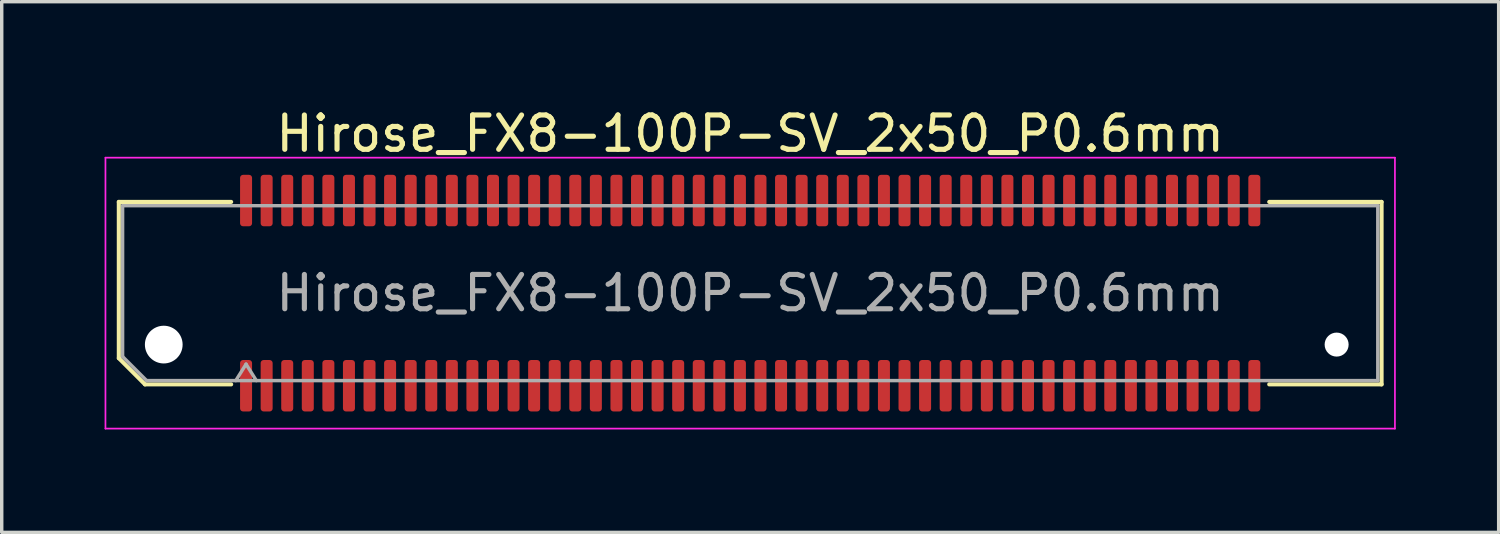
<source format=kicad_pcb>
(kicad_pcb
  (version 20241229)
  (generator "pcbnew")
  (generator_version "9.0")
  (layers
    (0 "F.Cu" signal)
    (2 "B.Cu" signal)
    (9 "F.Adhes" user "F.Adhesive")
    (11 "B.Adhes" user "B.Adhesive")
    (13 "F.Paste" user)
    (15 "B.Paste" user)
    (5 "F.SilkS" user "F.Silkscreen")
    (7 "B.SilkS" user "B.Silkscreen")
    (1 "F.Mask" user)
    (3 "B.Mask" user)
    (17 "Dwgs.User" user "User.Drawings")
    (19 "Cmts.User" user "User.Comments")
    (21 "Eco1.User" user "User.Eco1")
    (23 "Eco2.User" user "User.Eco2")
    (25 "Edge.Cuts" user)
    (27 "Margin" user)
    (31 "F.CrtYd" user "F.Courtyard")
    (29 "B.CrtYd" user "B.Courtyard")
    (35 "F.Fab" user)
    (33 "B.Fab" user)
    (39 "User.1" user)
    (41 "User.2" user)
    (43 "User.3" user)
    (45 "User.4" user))
  (footprint "Hirose_FX8-100P-SV_2x50_P0.6mm"
    (layer "F.Cu")
    (at 18.825 5.498)
    (property "Reference" "Hirose_FX8-100P-SV_2x50_P0.6mm" (at 0 -4.65 0) (layer "F.SilkS") (effects (font (size 1 1) (thickness 0.15))))
    (attr smd)
    (fp_line (start -18.41 -2.66) (end -15.135 -2.66) (stroke (width 0.12) (type solid)) (layer "F.SilkS"))
    (fp_line (start -18.41 1.896) (end -18.41 -2.66) (stroke (width 0.12) (type solid)) (layer "F.SilkS"))
    (fp_line (start -17.646 2.66) (end -18.41 1.896) (stroke (width 0.12) (type solid)) (layer "F.SilkS"))
    (fp_line (start -15.135 2.66) (end -17.646 2.66) (stroke (width 0.12) (type solid)) (layer "F.SilkS"))
    (fp_line (start 15.135 -2.66) (end 18.41 -2.66) (stroke (width 0.12) (type solid)) (layer "F.SilkS"))
    (fp_line (start 18.41 -2.66) (end 18.41 2.66) (stroke (width 0.12) (type solid)) (layer "F.SilkS"))
    (fp_line (start 18.41 2.66) (end 15.135 2.66) (stroke (width 0.12) (type solid)) (layer "F.SilkS"))
    (fp_line (start -18.8 -3.95) (end -18.8 3.95) (stroke (width 0.05) (type solid)) (layer "F.CrtYd"))
    (fp_line (start -18.8 3.95) (end 18.8 3.95) (stroke (width 0.05) (type solid)) (layer "F.CrtYd"))
    (fp_line (start 18.8 -3.95) (end -18.8 -3.95) (stroke (width 0.05) (type solid)) (layer "F.CrtYd"))
    (fp_line (start 18.8 3.95) (end 18.8 -3.95) (stroke (width 0.05) (type solid)) (layer "F.CrtYd"))
    (fp_line (start -18.3 -2.55) (end 18.3 -2.55) (stroke (width 0.1) (type solid)) (layer "F.Fab"))
    (fp_line (start -18.3 1.85) (end -18.3 -2.55) (stroke (width 0.1) (type solid)) (layer "F.Fab"))
    (fp_line (start -17.6 2.55) (end -18.3 1.85) (stroke (width 0.1) (type solid)) (layer "F.Fab"))
    (fp_line (start -15 2.55) (end -14.7 2.07) (stroke (width 0.1) (type solid)) (layer "F.Fab"))
    (fp_line (start -14.7 2.07) (end -14.4 2.55) (stroke (width 0.1) (type solid)) (layer "F.Fab"))
    (fp_line (start 18.3 -2.55) (end 18.3 2.55) (stroke (width 0.1) (type solid)) (layer "F.Fab"))
    (fp_line (start 18.3 2.55) (end -17.6 2.55) (stroke (width 0.1) (type solid)) (layer "F.Fab"))
    (fp_text user "${REFERENCE}" (at 0 0 0) (layer "F.Fab") (effects (font (size 1 1) (thickness 0.15))))
    (pad "" np_thru_hole circle (at -17.1 1.5) (size 1.1 1.1) (drill 1.1) (layers "*.Cu" "*.Mask"))
    (pad "" np_thru_hole circle (at 17.1 1.5) (size 0.7 0.7) (drill 0.7) (layers "*.Cu" "*.Mask"))
    (pad "1" smd roundrect (at -14.7 2.7) (size 0.35 1.5) (layers "F.Cu" "F.Mask" "F.Paste") (roundrect_rratio 0.25))
    (pad "2" smd roundrect (at -14.7 -2.7) (size 0.35 1.5) (layers "F.Cu" "F.Mask" "F.Paste") (roundrect_rratio 0.25))
    (pad "3" smd roundrect (at -14.1 2.7) (size 0.35 1.5) (layers "F.Cu" "F.Mask" "F.Paste") (roundrect_rratio 0.25))
    (pad "4" smd roundrect (at -14.1 -2.7) (size 0.35 1.5) (layers "F.Cu" "F.Mask" "F.Paste") (roundrect_rratio 0.25))
    (pad "5" smd roundrect (at -13.5 2.7) (size 0.35 1.5) (layers "F.Cu" "F.Mask" "F.Paste") (roundrect_rratio 0.25))
    (pad "6" smd roundrect (at -13.5 -2.7) (size 0.35 1.5) (layers "F.Cu" "F.Mask" "F.Paste") (roundrect_rratio 0.25))
    (pad "7" smd roundrect (at -12.9 2.7) (size 0.35 1.5) (layers "F.Cu" "F.Mask" "F.Paste") (roundrect_rratio 0.25))
    (pad "8" smd roundrect (at -12.9 -2.7) (size 0.35 1.5) (layers "F.Cu" "F.Mask" "F.Paste") (roundrect_rratio 0.25))
    (pad "9" smd roundrect (at -12.3 2.7) (size 0.35 1.5) (layers "F.Cu" "F.Mask" "F.Paste") (roundrect_rratio 0.25))
    (pad "10" smd roundrect (at -12.3 -2.7) (size 0.35 1.5) (layers "F.Cu" "F.Mask" "F.Paste") (roundrect_rratio 0.25))
    (pad "11" smd roundrect (at -11.7 2.7) (size 0.35 1.5) (layers "F.Cu" "F.Mask" "F.Paste") (roundrect_rratio 0.25))
    (pad "12" smd roundrect (at -11.7 -2.7) (size 0.35 1.5) (layers "F.Cu" "F.Mask" "F.Paste") (roundrect_rratio 0.25))
    (pad "13" smd roundrect (at -11.1 2.7) (size 0.35 1.5) (layers "F.Cu" "F.Mask" "F.Paste") (roundrect_rratio 0.25))
    (pad "14" smd roundrect (at -11.1 -2.7) (size 0.35 1.5) (layers "F.Cu" "F.Mask" "F.Paste") (roundrect_rratio 0.25))
    (pad "15" smd roundrect (at -10.5 2.7) (size 0.35 1.5) (layers "F.Cu" "F.Mask" "F.Paste") (roundrect_rratio 0.25))
    (pad "16" smd roundrect (at -10.5 -2.7) (size 0.35 1.5) (layers "F.Cu" "F.Mask" "F.Paste") (roundrect_rratio 0.25))
    (pad "17" smd roundrect (at -9.9 2.7) (size 0.35 1.5) (layers "F.Cu" "F.Mask" "F.Paste") (roundrect_rratio 0.25))
    (pad "18" smd roundrect (at -9.9 -2.7) (size 0.35 1.5) (layers "F.Cu" "F.Mask" "F.Paste") (roundrect_rratio 0.25))
    (pad "19" smd roundrect (at -9.3 2.7) (size 0.35 1.5) (layers "F.Cu" "F.Mask" "F.Paste") (roundrect_rratio 0.25))
    (pad "20" smd roundrect (at -9.3 -2.7) (size 0.35 1.5) (layers "F.Cu" "F.Mask" "F.Paste") (roundrect_rratio 0.25))
    (pad "21" smd roundrect (at -8.7 2.7) (size 0.35 1.5) (layers "F.Cu" "F.Mask" "F.Paste") (roundrect_rratio 0.25))
    (pad "22" smd roundrect (at -8.7 -2.7) (size 0.35 1.5) (layers "F.Cu" "F.Mask" "F.Paste") (roundrect_rratio 0.25))
    (pad "23" smd roundrect (at -8.1 2.7) (size 0.35 1.5) (layers "F.Cu" "F.Mask" "F.Paste") (roundrect_rratio 0.25))
    (pad "24" smd roundrect (at -8.1 -2.7) (size 0.35 1.5) (layers "F.Cu" "F.Mask" "F.Paste") (roundrect_rratio 0.25))
    (pad "25" smd roundrect (at -7.5 2.7) (size 0.35 1.5) (layers "F.Cu" "F.Mask" "F.Paste") (roundrect_rratio 0.25))
    (pad "26" smd roundrect (at -7.5 -2.7) (size 0.35 1.5) (layers "F.Cu" "F.Mask" "F.Paste") (roundrect_rratio 0.25))
    (pad "27" smd roundrect (at -6.9 2.7) (size 0.35 1.5) (layers "F.Cu" "F.Mask" "F.Paste") (roundrect_rratio 0.25))
    (pad "28" smd roundrect (at -6.9 -2.7) (size 0.35 1.5) (layers "F.Cu" "F.Mask" "F.Paste") (roundrect_rratio 0.25))
    (pad "29" smd roundrect (at -6.3 2.7) (size 0.35 1.5) (layers "F.Cu" "F.Mask" "F.Paste") (roundrect_rratio 0.25))
    (pad "30" smd roundrect (at -6.3 -2.7) (size 0.35 1.5) (layers "F.Cu" "F.Mask" "F.Paste") (roundrect_rratio 0.25))
    (pad "31" smd roundrect (at -5.7 2.7) (size 0.35 1.5) (layers "F.Cu" "F.Mask" "F.Paste") (roundrect_rratio 0.25))
    (pad "32" smd roundrect (at -5.7 -2.7) (size 0.35 1.5) (layers "F.Cu" "F.Mask" "F.Paste") (roundrect_rratio 0.25))
    (pad "33" smd roundrect (at -5.1 2.7) (size 0.35 1.5) (layers "F.Cu" "F.Mask" "F.Paste") (roundrect_rratio 0.25))
    (pad "34" smd roundrect (at -5.1 -2.7) (size 0.35 1.5) (layers "F.Cu" "F.Mask" "F.Paste") (roundrect_rratio 0.25))
    (pad "35" smd roundrect (at -4.5 2.7) (size 0.35 1.5) (layers "F.Cu" "F.Mask" "F.Paste") (roundrect_rratio 0.25))
    (pad "36" smd roundrect (at -4.5 -2.7) (size 0.35 1.5) (layers "F.Cu" "F.Mask" "F.Paste") (roundrect_rratio 0.25))
    (pad "37" smd roundrect (at -3.9 2.7) (size 0.35 1.5) (layers "F.Cu" "F.Mask" "F.Paste") (roundrect_rratio 0.25))
    (pad "38" smd roundrect (at -3.9 -2.7) (size 0.35 1.5) (layers "F.Cu" "F.Mask" "F.Paste") (roundrect_rratio 0.25))
    (pad "39" smd roundrect (at -3.3 2.7) (size 0.35 1.5) (layers "F.Cu" "F.Mask" "F.Paste") (roundrect_rratio 0.25))
    (pad "40" smd roundrect (at -3.3 -2.7) (size 0.35 1.5) (layers "F.Cu" "F.Mask" "F.Paste") (roundrect_rratio 0.25))
    (pad "41" smd roundrect (at -2.7 2.7) (size 0.35 1.5) (layers "F.Cu" "F.Mask" "F.Paste") (roundrect_rratio 0.25))
    (pad "42" smd roundrect (at -2.7 -2.7) (size 0.35 1.5) (layers "F.Cu" "F.Mask" "F.Paste") (roundrect_rratio 0.25))
    (pad "43" smd roundrect (at -2.1 2.7) (size 0.35 1.5) (layers "F.Cu" "F.Mask" "F.Paste") (roundrect_rratio 0.25))
    (pad "44" smd roundrect (at -2.1 -2.7) (size 0.35 1.5) (layers "F.Cu" "F.Mask" "F.Paste") (roundrect_rratio 0.25))
    (pad "45" smd roundrect (at -1.5 2.7) (size 0.35 1.5) (layers "F.Cu" "F.Mask" "F.Paste") (roundrect_rratio 0.25))
    (pad "46" smd roundrect (at -1.5 -2.7) (size 0.35 1.5) (layers "F.Cu" "F.Mask" "F.Paste") (roundrect_rratio 0.25))
    (pad "47" smd roundrect (at -0.9 2.7) (size 0.35 1.5) (layers "F.Cu" "F.Mask" "F.Paste") (roundrect_rratio 0.25))
    (pad "48" smd roundrect (at -0.9 -2.7) (size 0.35 1.5) (layers "F.Cu" "F.Mask" "F.Paste") (roundrect_rratio 0.25))
    (pad "49" smd roundrect (at -0.3 2.7) (size 0.35 1.5) (layers "F.Cu" "F.Mask" "F.Paste") (roundrect_rratio 0.25))
    (pad "50" smd roundrect (at -0.3 -2.7) (size 0.35 1.5) (layers "F.Cu" "F.Mask" "F.Paste") (roundrect_rratio 0.25))
    (pad "51" smd roundrect (at 0.3 2.7) (size 0.35 1.5) (layers "F.Cu" "F.Mask" "F.Paste") (roundrect_rratio 0.25))
    (pad "52" smd roundrect (at 0.3 -2.7) (size 0.35 1.5) (layers "F.Cu" "F.Mask" "F.Paste") (roundrect_rratio 0.25))
    (pad "53" smd roundrect (at 0.9 2.7) (size 0.35 1.5) (layers "F.Cu" "F.Mask" "F.Paste") (roundrect_rratio 0.25))
    (pad "54" smd roundrect (at 0.9 -2.7) (size 0.35 1.5) (layers "F.Cu" "F.Mask" "F.Paste") (roundrect_rratio 0.25))
    (pad "55" smd roundrect (at 1.5 2.7) (size 0.35 1.5) (layers "F.Cu" "F.Mask" "F.Paste") (roundrect_rratio 0.25))
    (pad "56" smd roundrect (at 1.5 -2.7) (size 0.35 1.5) (layers "F.Cu" "F.Mask" "F.Paste") (roundrect_rratio 0.25))
    (pad "57" smd roundrect (at 2.1 2.7) (size 0.35 1.5) (layers "F.Cu" "F.Mask" "F.Paste") (roundrect_rratio 0.25))
    (pad "58" smd roundrect (at 2.1 -2.7) (size 0.35 1.5) (layers "F.Cu" "F.Mask" "F.Paste") (roundrect_rratio 0.25))
    (pad "59" smd roundrect (at 2.7 2.7) (size 0.35 1.5) (layers "F.Cu" "F.Mask" "F.Paste") (roundrect_rratio 0.25))
    (pad "60" smd roundrect (at 2.7 -2.7) (size 0.35 1.5) (layers "F.Cu" "F.Mask" "F.Paste") (roundrect_rratio 0.25))
    (pad "61" smd roundrect (at 3.3 2.7) (size 0.35 1.5) (layers "F.Cu" "F.Mask" "F.Paste") (roundrect_rratio 0.25))
    (pad "62" smd roundrect (at 3.3 -2.7) (size 0.35 1.5) (layers "F.Cu" "F.Mask" "F.Paste") (roundrect_rratio 0.25))
    (pad "63" smd roundrect (at 3.9 2.7) (size 0.35 1.5) (layers "F.Cu" "F.Mask" "F.Paste") (roundrect_rratio 0.25))
    (pad "64" smd roundrect (at 3.9 -2.7) (size 0.35 1.5) (layers "F.Cu" "F.Mask" "F.Paste") (roundrect_rratio 0.25))
    (pad "65" smd roundrect (at 4.5 2.7) (size 0.35 1.5) (layers "F.Cu" "F.Mask" "F.Paste") (roundrect_rratio 0.25))
    (pad "66" smd roundrect (at 4.5 -2.7) (size 0.35 1.5) (layers "F.Cu" "F.Mask" "F.Paste") (roundrect_rratio 0.25))
    (pad "67" smd roundrect (at 5.1 2.7) (size 0.35 1.5) (layers "F.Cu" "F.Mask" "F.Paste") (roundrect_rratio 0.25))
    (pad "68" smd roundrect (at 5.1 -2.7) (size 0.35 1.5) (layers "F.Cu" "F.Mask" "F.Paste") (roundrect_rratio 0.25))
    (pad "69" smd roundrect (at 5.7 2.7) (size 0.35 1.5) (layers "F.Cu" "F.Mask" "F.Paste") (roundrect_rratio 0.25))
    (pad "70" smd roundrect (at 5.7 -2.7) (size 0.35 1.5) (layers "F.Cu" "F.Mask" "F.Paste") (roundrect_rratio 0.25))
    (pad "71" smd roundrect (at 6.3 2.7) (size 0.35 1.5) (layers "F.Cu" "F.Mask" "F.Paste") (roundrect_rratio 0.25))
    (pad "72" smd roundrect (at 6.3 -2.7) (size 0.35 1.5) (layers "F.Cu" "F.Mask" "F.Paste") (roundrect_rratio 0.25))
    (pad "73" smd roundrect (at 6.9 2.7) (size 0.35 1.5) (layers "F.Cu" "F.Mask" "F.Paste") (roundrect_rratio 0.25))
    (pad "74" smd roundrect (at 6.9 -2.7) (size 0.35 1.5) (layers "F.Cu" "F.Mask" "F.Paste") (roundrect_rratio 0.25))
    (pad "75" smd roundrect (at 7.5 2.7) (size 0.35 1.5) (layers "F.Cu" "F.Mask" "F.Paste") (roundrect_rratio 0.25))
    (pad "76" smd roundrect (at 7.5 -2.7) (size 0.35 1.5) (layers "F.Cu" "F.Mask" "F.Paste") (roundrect_rratio 0.25))
    (pad "77" smd roundrect (at 8.1 2.7) (size 0.35 1.5) (layers "F.Cu" "F.Mask" "F.Paste") (roundrect_rratio 0.25))
    (pad "78" smd roundrect (at 8.1 -2.7) (size 0.35 1.5) (layers "F.Cu" "F.Mask" "F.Paste") (roundrect_rratio 0.25))
    (pad "79" smd roundrect (at 8.7 2.7) (size 0.35 1.5) (layers "F.Cu" "F.Mask" "F.Paste") (roundrect_rratio 0.25))
    (pad "80" smd roundrect (at 8.7 -2.7) (size 0.35 1.5) (layers "F.Cu" "F.Mask" "F.Paste") (roundrect_rratio 0.25))
    (pad "81" smd roundrect (at 9.3 2.7) (size 0.35 1.5) (layers "F.Cu" "F.Mask" "F.Paste") (roundrect_rratio 0.25))
    (pad "82" smd roundrect (at 9.3 -2.7) (size 0.35 1.5) (layers "F.Cu" "F.Mask" "F.Paste") (roundrect_rratio 0.25))
    (pad "83" smd roundrect (at 9.9 2.7) (size 0.35 1.5) (layers "F.Cu" "F.Mask" "F.Paste") (roundrect_rratio 0.25))
    (pad "84" smd roundrect (at 9.9 -2.7) (size 0.35 1.5) (layers "F.Cu" "F.Mask" "F.Paste") (roundrect_rratio 0.25))
    (pad "85" smd roundrect (at 10.5 2.7) (size 0.35 1.5) (layers "F.Cu" "F.Mask" "F.Paste") (roundrect_rratio 0.25))
    (pad "86" smd roundrect (at 10.5 -2.7) (size 0.35 1.5) (layers "F.Cu" "F.Mask" "F.Paste") (roundrect_rratio 0.25))
    (pad "87" smd roundrect (at 11.1 2.7) (size 0.35 1.5) (layers "F.Cu" "F.Mask" "F.Paste") (roundrect_rratio 0.25))
    (pad "88" smd roundrect (at 11.1 -2.7) (size 0.35 1.5) (layers "F.Cu" "F.Mask" "F.Paste") (roundrect_rratio 0.25))
    (pad "89" smd roundrect (at 11.7 2.7) (size 0.35 1.5) (layers "F.Cu" "F.Mask" "F.Paste") (roundrect_rratio 0.25))
    (pad "90" smd roundrect (at 11.7 -2.7) (size 0.35 1.5) (layers "F.Cu" "F.Mask" "F.Paste") (roundrect_rratio 0.25))
    (pad "91" smd roundrect (at 12.3 2.7) (size 0.35 1.5) (layers "F.Cu" "F.Mask" "F.Paste") (roundrect_rratio 0.25))
    (pad "92" smd roundrect (at 12.3 -2.7) (size 0.35 1.5) (layers "F.Cu" "F.Mask" "F.Paste") (roundrect_rratio 0.25))
    (pad "93" smd roundrect (at 12.9 2.7) (size 0.35 1.5) (layers "F.Cu" "F.Mask" "F.Paste") (roundrect_rratio 0.25))
    (pad "94" smd roundrect (at 12.9 -2.7) (size 0.35 1.5) (layers "F.Cu" "F.Mask" "F.Paste") (roundrect_rratio 0.25))
    (pad "95" smd roundrect (at 13.5 2.7) (size 0.35 1.5) (layers "F.Cu" "F.Mask" "F.Paste") (roundrect_rratio 0.25))
    (pad "96" smd roundrect (at 13.5 -2.7) (size 0.35 1.5) (layers "F.Cu" "F.Mask" "F.Paste") (roundrect_rratio 0.25))
    (pad "97" smd roundrect (at 14.1 2.7) (size 0.35 1.5) (layers "F.Cu" "F.Mask" "F.Paste") (roundrect_rratio 0.25))
    (pad "98" smd roundrect (at 14.1 -2.7) (size 0.35 1.5) (layers "F.Cu" "F.Mask" "F.Paste") (roundrect_rratio 0.25))
    (pad "99" smd roundrect (at 14.7 2.7) (size 0.35 1.5) (layers "F.Cu" "F.Mask" "F.Paste") (roundrect_rratio 0.25))
    (pad "100" smd roundrect (at 14.7 -2.7) (size 0.35 1.5) (layers "F.Cu" "F.Mask" "F.Paste") (roundrect_rratio 0.25)))
  (gr_rect
    (start -3 -3)
    (end 40.65 12.473)
    (stroke (width 0.1) (type default))
    (fill no)
    (layer "Edge.Cuts")))
</source>
